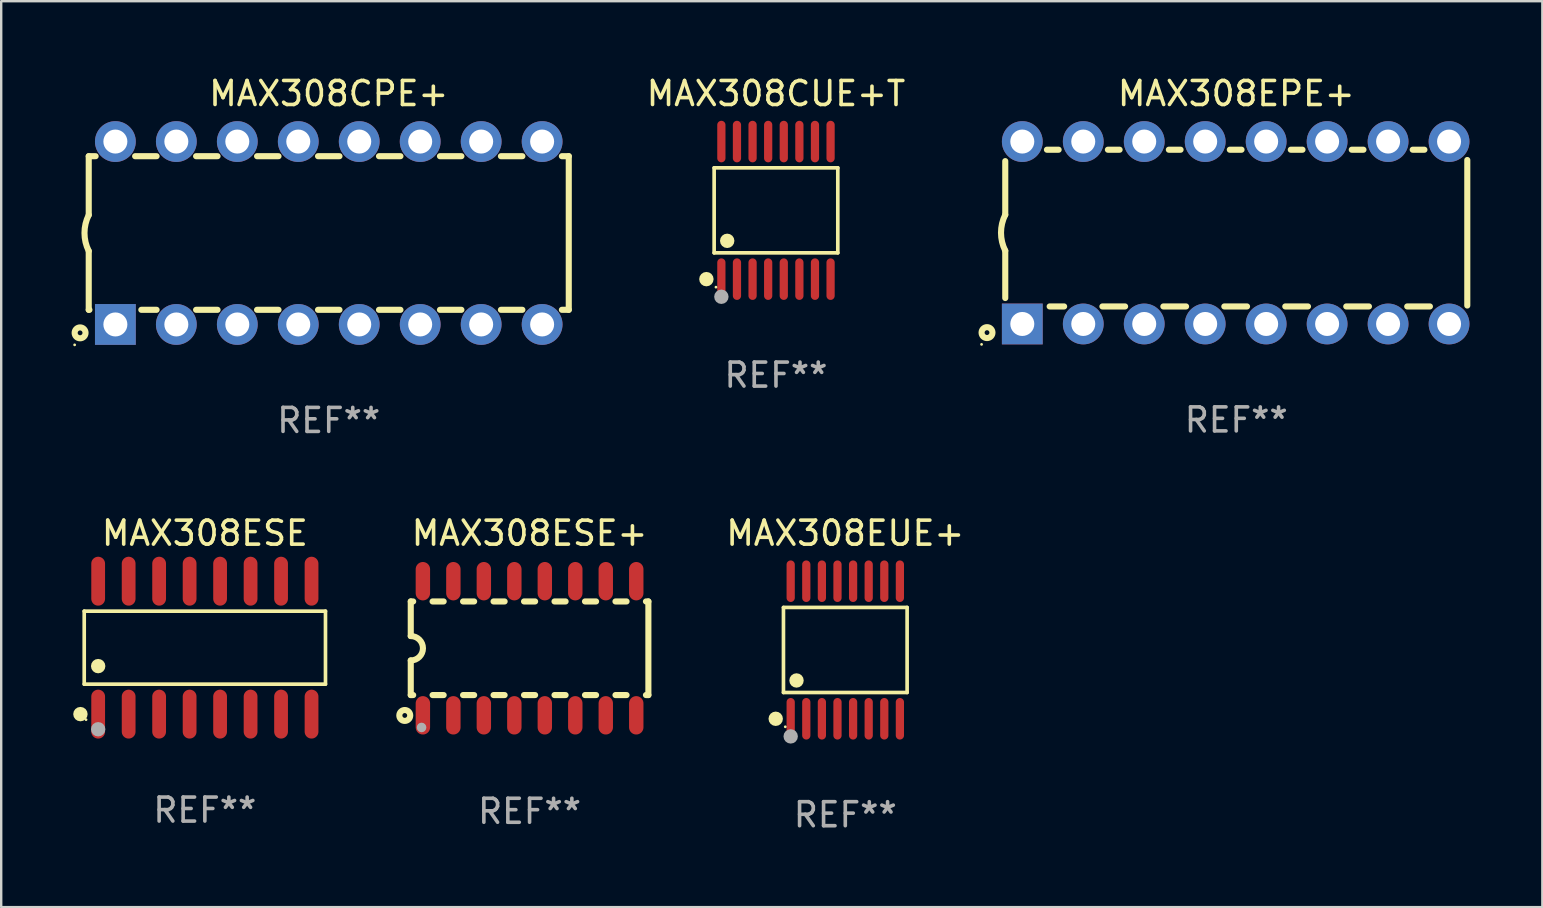
<source format=kicad_pcb>
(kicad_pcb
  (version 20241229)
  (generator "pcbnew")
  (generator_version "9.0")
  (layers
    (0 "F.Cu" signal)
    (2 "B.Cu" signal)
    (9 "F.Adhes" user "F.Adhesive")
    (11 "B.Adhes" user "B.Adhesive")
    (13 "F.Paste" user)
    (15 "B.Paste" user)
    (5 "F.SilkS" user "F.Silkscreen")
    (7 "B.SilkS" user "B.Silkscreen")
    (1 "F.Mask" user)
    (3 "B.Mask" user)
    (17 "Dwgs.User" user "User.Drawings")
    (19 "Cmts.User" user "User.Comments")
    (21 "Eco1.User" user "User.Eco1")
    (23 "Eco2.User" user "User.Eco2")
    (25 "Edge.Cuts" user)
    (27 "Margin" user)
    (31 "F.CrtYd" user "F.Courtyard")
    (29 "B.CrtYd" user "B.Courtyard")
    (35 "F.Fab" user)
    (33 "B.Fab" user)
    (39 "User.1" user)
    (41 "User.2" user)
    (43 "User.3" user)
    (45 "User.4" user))
  (footprint "MAX308CPE+"
    (layer "F.Cu")
    (at 10.647 6.658)
    (property "Reference" "MAX308CPE+" (at 0 -5.81 0) (layer "F.SilkS") (effects (font (size 1 1) (thickness 0.15))))
    (attr through_hole)
    (fp_line (start -10 -3.2) (end -10 -0.75) (stroke (width 0.254) (type solid)) (layer "F.SilkS"))
    (fp_line (start -10 -3.2) (end -9.713 -3.2) (stroke (width 0.254) (type solid)) (layer "F.SilkS"))
    (fp_line (start -10 3.2) (end -10 0.75) (stroke (width 0.254) (type solid)) (layer "F.SilkS"))
    (fp_line (start -10 3.2) (end -9.971 3.2) (stroke (width 0.254) (type solid)) (layer "F.SilkS"))
    (fp_line (start -8.067 -3.2) (end -7.173 -3.2) (stroke (width 0.254) (type solid)) (layer "F.SilkS"))
    (fp_line (start -7.809 3.2) (end -7.173 3.2) (stroke (width 0.254) (type solid)) (layer "F.SilkS"))
    (fp_line (start -5.527 3.2) (end -4.633 3.2) (stroke (width 0.254) (type solid)) (layer "F.SilkS"))
    (fp_line (start -5.527 -3.2) (end -4.633 -3.2) (stroke (width 0.254) (type solid)) (layer "F.SilkS"))
    (fp_line (start -2.987 3.2) (end -2.093 3.2) (stroke (width 0.254) (type solid)) (layer "F.SilkS"))
    (fp_line (start -2.987 -3.2) (end -2.093 -3.2) (stroke (width 0.254) (type solid)) (layer "F.SilkS"))
    (fp_line (start -0.447 3.2) (end 0.447 3.2) (stroke (width 0.254) (type solid)) (layer "F.SilkS"))
    (fp_line (start -0.447 -3.2) (end 0.447 -3.2) (stroke (width 0.254) (type solid)) (layer "F.SilkS"))
    (fp_line (start 2.093 3.2) (end 2.987 3.2) (stroke (width 0.254) (type solid)) (layer "F.SilkS"))
    (fp_line (start 2.093 -3.2) (end 2.987 -3.2) (stroke (width 0.254) (type solid)) (layer "F.SilkS"))
    (fp_line (start 4.633 3.2) (end 5.527 3.2) (stroke (width 0.254) (type solid)) (layer "F.SilkS"))
    (fp_line (start 4.633 -3.2) (end 5.527 -3.2) (stroke (width 0.254) (type solid)) (layer "F.SilkS"))
    (fp_line (start 7.173 3.2) (end 8.067 3.2) (stroke (width 0.254) (type solid)) (layer "F.SilkS"))
    (fp_line (start 7.173 -3.2) (end 8.067 -3.2) (stroke (width 0.254) (type solid)) (layer "F.SilkS"))
    (fp_line (start 9.713 3.2) (end 10 3.2) (stroke (width 0.254) (type solid)) (layer "F.SilkS"))
    (fp_line (start 9.713 -3.2) (end 10 -3.2) (stroke (width 0.254) (type solid)) (layer "F.SilkS"))
    (fp_line (start 10 -3.2) (end 10 3.2) (stroke (width 0.254) (type solid)) (layer "F.SilkS"))
    (fp_arc (start -10 0.748793) (mid -10.176918 -0.000607) (end -10.000025 -0.750013) (stroke (width 0.254001) (type solid)) (layer "F.SilkS"))
    (fp_circle (center -10.587 4.66) (end -10.557 4.66) (stroke (width 0.06) (type solid)) (fill no) (layer "F.SilkS"))
    (fp_circle (center -10.36 4.16) (end -10.26 4.16) (stroke (width 0.254) (type solid)) (fill no) (layer "F.SilkS"))
    (fp_text user "REF**" (at 0 7.81 0) (layer "F.Fab") (effects (font (size 1 1) (thickness 0.15))))
    (pad "1" thru_hole rect (at -8.89 3.81 90) (size 1.7 1.7) (drill 1) (layers "*.Cu" "*.Mask"))
    (pad "2" thru_hole circle (at -6.35 3.81) (size 1.7 1.7) (drill 1) (layers "*.Cu" "*.Mask"))
    (pad "3" thru_hole circle (at -3.81 3.81) (size 1.7 1.7) (drill 1) (layers "*.Cu" "*.Mask"))
    (pad "4" thru_hole circle (at -1.27 3.81) (size 1.7 1.7) (drill 1) (layers "*.Cu" "*.Mask"))
    (pad "5" thru_hole circle (at 1.27 3.81) (size 1.7 1.7) (drill 1) (layers "*.Cu" "*.Mask"))
    (pad "6" thru_hole circle (at 3.81 3.81) (size 1.7 1.7) (drill 1) (layers "*.Cu" "*.Mask"))
    (pad "7" thru_hole circle (at 6.35 3.81) (size 1.7 1.7) (drill 1) (layers "*.Cu" "*.Mask"))
    (pad "8" thru_hole circle (at 8.89 3.81) (size 1.7 1.7) (drill 1) (layers "*.Cu" "*.Mask"))
    (pad "9" thru_hole circle (at 8.89 -3.81) (size 1.7 1.7) (drill 1) (layers "*.Cu" "*.Mask"))
    (pad "10" thru_hole circle (at 6.35 -3.81) (size 1.7 1.7) (drill 1) (layers "*.Cu" "*.Mask"))
    (pad "11" thru_hole circle (at 3.81 -3.81) (size 1.7 1.7) (drill 1) (layers "*.Cu" "*.Mask"))
    (pad "12" thru_hole circle (at 1.27 -3.81) (size 1.7 1.7) (drill 1) (layers "*.Cu" "*.Mask"))
    (pad "13" thru_hole circle (at -1.27 -3.81) (size 1.7 1.7) (drill 1) (layers "*.Cu" "*.Mask"))
    (pad "14" thru_hole circle (at -3.81 -3.81) (size 1.7 1.7) (drill 1) (layers "*.Cu" "*.Mask"))
    (pad "15" thru_hole circle (at -6.35 -3.81) (size 1.7 1.7) (drill 1) (layers "*.Cu" "*.Mask"))
    (pad "16" thru_hole circle (at -8.89 -3.81) (size 1.7 1.7) (drill 1) (layers "*.Cu" "*.Mask")))
  (footprint "MAX308ESE+"
    (layer "F.Cu")
    (at 19.014 23.959)
    (property "Reference" "MAX308ESE+" (at 0 -4.794 0) (layer "F.SilkS") (effects (font (size 1 1) (thickness 0.15))))
    (attr through_hole)
    (fp_line (start -4.95 -1.95) (end -4.95 -0.508) (stroke (width 0.254) (type solid)) (layer "F.SilkS"))
    (fp_line (start -4.95 -1.95) (end -4.849 -1.95) (stroke (width 0.254) (type solid)) (layer "F.SilkS"))
    (fp_line (start -4.95 1.95) (end -4.95 0.508) (stroke (width 0.254) (type solid)) (layer "F.SilkS"))
    (fp_line (start -4.95 1.95) (end -4.849 1.95) (stroke (width 0.254) (type solid)) (layer "F.SilkS"))
    (fp_line (start -4.041 -1.95) (end -3.579 -1.95) (stroke (width 0.254) (type solid)) (layer "F.SilkS"))
    (fp_line (start -4.041 1.95) (end -3.579 1.95) (stroke (width 0.254) (type solid)) (layer "F.SilkS"))
    (fp_line (start -2.771 -1.95) (end -2.309 -1.95) (stroke (width 0.254) (type solid)) (layer "F.SilkS"))
    (fp_line (start -2.771 1.95) (end -2.309 1.95) (stroke (width 0.254) (type solid)) (layer "F.SilkS"))
    (fp_line (start -1.501 -1.95) (end -1.039 -1.95) (stroke (width 0.254) (type solid)) (layer "F.SilkS"))
    (fp_line (start -1.501 1.95) (end -1.039 1.95) (stroke (width 0.254) (type solid)) (layer "F.SilkS"))
    (fp_line (start -0.231 -1.95) (end 0.231 -1.95) (stroke (width 0.254) (type solid)) (layer "F.SilkS"))
    (fp_line (start -0.231 1.95) (end 0.231 1.95) (stroke (width 0.254) (type solid)) (layer "F.SilkS"))
    (fp_line (start 1.039 -1.95) (end 1.501 -1.95) (stroke (width 0.254) (type solid)) (layer "F.SilkS"))
    (fp_line (start 1.039 1.95) (end 1.501 1.95) (stroke (width 0.254) (type solid)) (layer "F.SilkS"))
    (fp_line (start 2.309 -1.95) (end 2.771 -1.95) (stroke (width 0.254) (type solid)) (layer "F.SilkS"))
    (fp_line (start 2.309 1.95) (end 2.771 1.95) (stroke (width 0.254) (type solid)) (layer "F.SilkS"))
    (fp_line (start 3.579 -1.95) (end 4.041 -1.95) (stroke (width 0.254) (type solid)) (layer "F.SilkS"))
    (fp_line (start 3.579 1.95) (end 4.041 1.95) (stroke (width 0.254) (type solid)) (layer "F.SilkS"))
    (fp_line (start 4.849 -1.95) (end 4.95 -1.95) (stroke (width 0.254) (type solid)) (layer "F.SilkS"))
    (fp_line (start 4.849 1.95) (end 4.95 1.95) (stroke (width 0.254) (type solid)) (layer "F.SilkS"))
    (fp_line (start 4.95 -1.95) (end 4.95 1.95) (stroke (width 0.254) (type solid)) (layer "F.SilkS"))
    (fp_arc (start -4.95047 -0.508001) (mid -4.442469 -0.000228) (end -4.950013 0.508001) (stroke (width 0.254001) (type solid)) (layer "F.SilkS"))
    (fp_circle (center -5.2 2.8) (end -5.1 2.8) (stroke (width 0.254) (type solid)) (fill no) (layer "F.SilkS"))
    (fp_circle (center -4.95 2.947) (end -4.92 2.947) (stroke (width 0.06) (type solid)) (fill no) (layer "F.SilkS"))
    (fp_circle (center -4.5 3.3) (end -4.4 3.3) (stroke (width 0.2) (type solid)) (fill no) (layer "F.Fab"))
    (fp_text user "REF**" (at 0 6.794 0) (layer "F.Fab") (effects (font (size 1 1) (thickness 0.15))))
    (pad "1" smd oval (at -4.445 2.794) (size 0.6 1.6) (layers "F.Cu" "F.Mask" "F.Paste"))
    (pad "2" smd oval (at -3.175 2.794) (size 0.6 1.6) (layers "F.Cu" "F.Mask" "F.Paste"))
    (pad "3" smd oval (at -1.905 2.794) (size 0.6 1.6) (layers "F.Cu" "F.Mask" "F.Paste"))
    (pad "4" smd oval (at -0.635 2.794) (size 0.6 1.6) (layers "F.Cu" "F.Mask" "F.Paste"))
    (pad "5" smd oval (at 0.635 2.794) (size 0.6 1.6) (layers "F.Cu" "F.Mask" "F.Paste"))
    (pad "6" smd oval (at 1.905 2.794) (size 0.6 1.6) (layers "F.Cu" "F.Mask" "F.Paste"))
    (pad "7" smd oval (at 3.175 2.794) (size 0.6 1.6) (layers "F.Cu" "F.Mask" "F.Paste"))
    (pad "8" smd oval (at 4.445 2.794) (size 0.6 1.6) (layers "F.Cu" "F.Mask" "F.Paste"))
    (pad "9" smd oval (at 4.445 -2.794) (size 0.6 1.6) (layers "F.Cu" "F.Mask" "F.Paste"))
    (pad "10" smd oval (at 3.175 -2.794) (size 0.6 1.6) (layers "F.Cu" "F.Mask" "F.Paste"))
    (pad "11" smd oval (at 1.905 -2.794) (size 0.6 1.6) (layers "F.Cu" "F.Mask" "F.Paste"))
    (pad "12" smd oval (at 0.635 -2.794) (size 0.6 1.6) (layers "F.Cu" "F.Mask" "F.Paste"))
    (pad "13" smd oval (at -0.635 -2.794) (size 0.6 1.6) (layers "F.Cu" "F.Mask" "F.Paste"))
    (pad "14" smd oval (at -1.905 -2.794) (size 0.6 1.6) (layers "F.Cu" "F.Mask" "F.Paste"))
    (pad "15" smd oval (at -3.175 -2.794) (size 0.6 1.6) (layers "F.Cu" "F.Mask" "F.Paste"))
    (pad "16" smd oval (at -4.445 -2.794) (size 0.6 1.6) (layers "F.Cu" "F.Mask" "F.Paste")))
  (footprint "MAX308EUE+"
    (layer "F.Cu")
    (at 32.168 24.031)
    (property "Reference" "MAX308EUE+" (at 0 -4.866 0) (layer "F.SilkS") (effects (font (size 1 1) (thickness 0.15))))
    (attr through_hole)
    (fp_line (start -2.576 -1.772) (end 2.576 -1.772) (stroke (width 0.152) (type solid)) (layer "F.SilkS"))
    (fp_line (start -2.576 1.771) (end -2.576 -1.772) (stroke (width 0.152) (type solid)) (layer "F.SilkS"))
    (fp_line (start 2.576 -1.772) (end 2.576 1.771) (stroke (width 0.152) (type solid)) (layer "F.SilkS"))
    (fp_line (start 2.576 1.771) (end -2.576 1.771) (stroke (width 0.152) (type solid)) (layer "F.SilkS"))
    (fp_circle (center -2.899 2.866) (end -2.749 2.866) (stroke (width 0.3) (type solid)) (fill no) (layer "F.SilkS"))
    (fp_circle (center -2.5 3.2) (end -2.47 3.2) (stroke (width 0.06) (type solid)) (fill no) (layer "F.SilkS"))
    (fp_circle (center -2.032 1.27) (end -1.882 1.27) (stroke (width 0.3) (type solid)) (fill no) (layer "F.SilkS"))
    (fp_circle (center -2.275 3.6) (end -2.125 3.6) (stroke (width 0.3) (type solid)) (fill no) (layer "F.Fab"))
    (fp_text user "REF**" (at 0 6.866 0) (layer "F.Fab") (effects (font (size 1 1) (thickness 0.15))))
    (pad "1" smd oval (at -2.275 2.866) (size 0.343 1.731) (layers "F.Cu" "F.Mask" "F.Paste"))
    (pad "2" smd oval (at -1.625 2.866) (size 0.343 1.731) (layers "F.Cu" "F.Mask" "F.Paste"))
    (pad "3" smd oval (at -0.975 2.866) (size 0.343 1.731) (layers "F.Cu" "F.Mask" "F.Paste"))
    (pad "4" smd oval (at -0.325 2.866) (size 0.343 1.731) (layers "F.Cu" "F.Mask" "F.Paste"))
    (pad "5" smd oval (at 0.325 2.866) (size 0.343 1.731) (layers "F.Cu" "F.Mask" "F.Paste"))
    (pad "6" smd oval (at 0.975 2.866) (size 0.343 1.731) (layers "F.Cu" "F.Mask" "F.Paste"))
    (pad "7" smd oval (at 1.625 2.866) (size 0.343 1.731) (layers "F.Cu" "F.Mask" "F.Paste"))
    (pad "8" smd oval (at 2.275 2.866) (size 0.343 1.731) (layers "F.Cu" "F.Mask" "F.Paste"))
    (pad "9" smd oval (at 2.275 -2.866) (size 0.343 1.731) (layers "F.Cu" "F.Mask" "F.Paste"))
    (pad "10" smd oval (at 1.625 -2.866) (size 0.343 1.731) (layers "F.Cu" "F.Mask" "F.Paste"))
    (pad "11" smd oval (at 0.975 -2.866) (size 0.343 1.731) (layers "F.Cu" "F.Mask" "F.Paste"))
    (pad "12" smd oval (at 0.325 -2.866) (size 0.343 1.731) (layers "F.Cu" "F.Mask" "F.Paste"))
    (pad "13" smd oval (at -0.325 -2.866) (size 0.343 1.731) (layers "F.Cu" "F.Mask" "F.Paste"))
    (pad "14" smd oval (at -0.975 -2.866) (size 0.343 1.731) (layers "F.Cu" "F.Mask" "F.Paste"))
    (pad "15" smd oval (at -1.625 -2.866) (size 0.343 1.731) (layers "F.Cu" "F.Mask" "F.Paste"))
    (pad "16" smd oval (at -2.275 -2.866) (size 0.343 1.731) (layers "F.Cu" "F.Mask" "F.Paste")))
  (footprint "MAX308EPE+"
    (layer "F.Cu")
    (at 48.458 6.648)
    (property "Reference" "MAX308EPE+" (at 0 -5.8 0) (layer "F.SilkS") (effects (font (size 1 1) (thickness 0.15))))
    (attr through_hole)
    (fp_line (start -9.625 -0.75) (end -9.625 -2.985) (stroke (width 0.254) (type solid)) (layer "F.SilkS"))
    (fp_line (start -9.625 0.749) (end -9.625 2.719) (stroke (width 0.254) (type solid)) (layer "F.SilkS"))
    (fp_line (start -7.889 -3.46) (end -7.401 -3.46) (stroke (width 0.254) (type solid)) (layer "F.SilkS"))
    (fp_line (start -7.775 3.07) (end -7.172 3.07) (stroke (width 0.254) (type solid)) (layer "F.SilkS"))
    (fp_line (start -5.578 3.07) (end -4.632 3.07) (stroke (width 0.254) (type solid)) (layer "F.SilkS"))
    (fp_line (start -5.349 -3.46) (end -4.861 -3.46) (stroke (width 0.254) (type solid)) (layer "F.SilkS"))
    (fp_line (start -3.038 3.07) (end -2.092 3.07) (stroke (width 0.254) (type solid)) (layer "F.SilkS"))
    (fp_line (start -2.809 -3.46) (end -2.321 -3.46) (stroke (width 0.254) (type solid)) (layer "F.SilkS"))
    (fp_line (start -0.498 3.07) (end 0.448 3.07) (stroke (width 0.254) (type solid)) (layer "F.SilkS"))
    (fp_line (start -0.269 -3.46) (end 0.219 -3.46) (stroke (width 0.254) (type solid)) (layer "F.SilkS"))
    (fp_line (start 2.042 3.07) (end 2.988 3.07) (stroke (width 0.254) (type solid)) (layer "F.SilkS"))
    (fp_line (start 2.271 -3.46) (end 2.759 -3.46) (stroke (width 0.254) (type solid)) (layer "F.SilkS"))
    (fp_line (start 4.582 3.07) (end 5.528 3.07) (stroke (width 0.254) (type solid)) (layer "F.SilkS"))
    (fp_line (start 4.811 -3.46) (end 5.299 -3.46) (stroke (width 0.254) (type solid)) (layer "F.SilkS"))
    (fp_line (start 7.122 3.07) (end 8.068 3.07) (stroke (width 0.254) (type solid)) (layer "F.SilkS"))
    (fp_line (start 7.351 -3.46) (end 7.839 -3.46) (stroke (width 0.254) (type solid)) (layer "F.SilkS"))
    (fp_line (start 9.625 3.032) (end 9.625 -3.032) (stroke (width 0.254) (type solid)) (layer "F.SilkS"))
    (fp_arc (start -9.62498 0.748819) (mid -9.801899 -0.000581) (end -9.625006 -0.749987) (stroke (width 0.254001) (type solid)) (layer "F.SilkS"))
    (fp_circle (center -10.612 4.65) (end -10.582 4.65) (stroke (width 0.06) (type solid)) (fill no) (layer "F.SilkS"))
    (fp_circle (center -10.385 4.16) (end -10.285 4.16) (stroke (width 0.254) (type solid)) (fill no) (layer "F.SilkS"))
    (fp_text user "REF**" (at 0 7.8 0) (layer "F.Fab") (effects (font (size 1 1) (thickness 0.15))))
    (pad "1" thru_hole rect (at -8.915 3.8 90) (size 1.7 1.7) (drill 1) (layers "*.Cu" "*.Mask"))
    (pad "2" thru_hole circle (at -6.375 3.8) (size 1.7 1.7) (drill 1) (layers "*.Cu" "*.Mask"))
    (pad "3" thru_hole circle (at -3.835 3.8) (size 1.7 1.7) (drill 1) (layers "*.Cu" "*.Mask"))
    (pad "4" thru_hole circle (at -1.295 3.8) (size 1.7 1.7) (drill 1) (layers "*.Cu" "*.Mask"))
    (pad "5" thru_hole circle (at 1.245 3.8) (size 1.7 1.7) (drill 1) (layers "*.Cu" "*.Mask"))
    (pad "6" thru_hole circle (at 3.785 3.8) (size 1.7 1.7) (drill 1) (layers "*.Cu" "*.Mask"))
    (pad "7" thru_hole circle (at 6.325 3.8) (size 1.7 1.7) (drill 1) (layers "*.Cu" "*.Mask"))
    (pad "8" thru_hole circle (at 8.865 3.8) (size 1.7 1.7) (drill 1) (layers "*.Cu" "*.Mask"))
    (pad "9" thru_hole circle (at 8.865 -3.8) (size 1.7 1.7) (drill 1) (layers "*.Cu" "*.Mask"))
    (pad "10" thru_hole circle (at 6.325 -3.8) (size 1.7 1.7) (drill 1) (layers "*.Cu" "*.Mask"))
    (pad "11" thru_hole circle (at 3.785 -3.8) (size 1.7 1.7) (drill 1) (layers "*.Cu" "*.Mask"))
    (pad "12" thru_hole circle (at 1.245 -3.8) (size 1.7 1.7) (drill 1) (layers "*.Cu" "*.Mask"))
    (pad "13" thru_hole circle (at -1.295 -3.8) (size 1.7 1.7) (drill 1) (layers "*.Cu" "*.Mask"))
    (pad "14" thru_hole circle (at -3.835 -3.8) (size 1.7 1.7) (drill 1) (layers "*.Cu" "*.Mask"))
    (pad "15" thru_hole circle (at -6.375 -3.8) (size 1.7 1.7) (drill 1) (layers "*.Cu" "*.Mask"))
    (pad "16" thru_hole circle (at -8.915 -3.8) (size 1.7 1.7) (drill 1) (layers "*.Cu" "*.Mask")))
  (footprint "MAX308ESE"
    (layer "F.Cu")
    (at 5.485 23.934)
    (property "Reference" "MAX308ESE" (at 0 -4.769 0) (layer "F.SilkS") (effects (font (size 1 1) (thickness 0.15))))
    (attr through_hole)
    (fp_line (start -5.026 -1.521) (end 5.026 -1.521) (stroke (width 0.152) (type solid)) (layer "F.SilkS"))
    (fp_line (start -5.026 1.521) (end -5.026 -1.521) (stroke (width 0.152) (type solid)) (layer "F.SilkS"))
    (fp_line (start 5.026 -1.521) (end 5.026 1.521) (stroke (width 0.152) (type solid)) (layer "F.SilkS"))
    (fp_line (start 5.026 1.521) (end -5.026 1.521) (stroke (width 0.152) (type solid)) (layer "F.SilkS"))
    (fp_circle (center -5.184 2.769) (end -5.034 2.769) (stroke (width 0.3) (type solid)) (fill no) (layer "F.SilkS"))
    (fp_circle (center -4.95 3) (end -4.92 3) (stroke (width 0.06) (type solid)) (fill no) (layer "F.SilkS"))
    (fp_circle (center -4.445 0.769) (end -4.295 0.769) (stroke (width 0.3) (type solid)) (fill no) (layer "F.SilkS"))
    (fp_circle (center -4.445 3.4) (end -4.295 3.4) (stroke (width 0.3) (type solid)) (fill no) (layer "F.Fab"))
    (fp_text user "REF**" (at 0 6.769 0) (layer "F.Fab") (effects (font (size 1 1) (thickness 0.15))))
    (pad "1" smd oval (at -4.445 2.769) (size 0.574 2.038) (layers "F.Cu" "F.Mask" "F.Paste"))
    (pad "2" smd oval (at -3.175 2.769) (size 0.574 2.038) (layers "F.Cu" "F.Mask" "F.Paste"))
    (pad "3" smd oval (at -1.905 2.769) (size 0.574 2.038) (layers "F.Cu" "F.Mask" "F.Paste"))
    (pad "4" smd oval (at -0.635 2.769) (size 0.574 2.038) (layers "F.Cu" "F.Mask" "F.Paste"))
    (pad "5" smd oval (at 0.635 2.769) (size 0.574 2.038) (layers "F.Cu" "F.Mask" "F.Paste"))
    (pad "6" smd oval (at 1.905 2.769) (size 0.574 2.038) (layers "F.Cu" "F.Mask" "F.Paste"))
    (pad "7" smd oval (at 3.175 2.769) (size 0.574 2.038) (layers "F.Cu" "F.Mask" "F.Paste"))
    (pad "8" smd oval (at 4.445 2.769) (size 0.574 2.038) (layers "F.Cu" "F.Mask" "F.Paste"))
    (pad "9" smd oval (at 4.445 -2.769) (size 0.574 2.038) (layers "F.Cu" "F.Mask" "F.Paste"))
    (pad "10" smd oval (at 3.175 -2.769) (size 0.574 2.038) (layers "F.Cu" "F.Mask" "F.Paste"))
    (pad "11" smd oval (at 1.905 -2.769) (size 0.574 2.038) (layers "F.Cu" "F.Mask" "F.Paste"))
    (pad "12" smd oval (at 0.635 -2.769) (size 0.574 2.038) (layers "F.Cu" "F.Mask" "F.Paste"))
    (pad "13" smd oval (at -0.635 -2.769) (size 0.574 2.038) (layers "F.Cu" "F.Mask" "F.Paste"))
    (pad "14" smd oval (at -1.905 -2.769) (size 0.574 2.038) (layers "F.Cu" "F.Mask" "F.Paste"))
    (pad "15" smd oval (at -3.175 -2.769) (size 0.574 2.038) (layers "F.Cu" "F.Mask" "F.Paste"))
    (pad "16" smd oval (at -4.445 -2.769) (size 0.574 2.038) (layers "F.Cu" "F.Mask" "F.Paste")))
  (footprint "MAX308CUE+T"
    (layer "F.Cu")
    (at 29.28 5.714)
    (property "Reference" "MAX308CUE+T" (at 0 -4.866 0) (layer "F.SilkS") (effects (font (size 1 1) (thickness 0.15))))
    (attr through_hole)
    (fp_line (start -2.576 -1.772) (end 2.576 -1.772) (stroke (width 0.152) (type solid)) (layer "F.SilkS"))
    (fp_line (start -2.576 1.771) (end -2.576 -1.772) (stroke (width 0.152) (type solid)) (layer "F.SilkS"))
    (fp_line (start 2.576 -1.772) (end 2.576 1.771) (stroke (width 0.152) (type solid)) (layer "F.SilkS"))
    (fp_line (start 2.576 1.771) (end -2.576 1.771) (stroke (width 0.152) (type solid)) (layer "F.SilkS"))
    (fp_circle (center -2.899 2.866) (end -2.749 2.866) (stroke (width 0.3) (type solid)) (fill no) (layer "F.SilkS"))
    (fp_circle (center -2.5 3.2) (end -2.47 3.2) (stroke (width 0.06) (type solid)) (fill no) (layer "F.SilkS"))
    (fp_circle (center -2.032 1.27) (end -1.882 1.27) (stroke (width 0.3) (type solid)) (fill no) (layer "F.SilkS"))
    (fp_circle (center -2.275 3.6) (end -2.125 3.6) (stroke (width 0.3) (type solid)) (fill no) (layer "F.Fab"))
    (fp_text user "REF**" (at 0 6.866 0) (layer "F.Fab") (effects (font (size 1 1) (thickness 0.15))))
    (pad "1" smd oval (at -2.275 2.866) (size 0.343 1.731) (layers "F.Cu" "F.Mask" "F.Paste"))
    (pad "2" smd oval (at -1.625 2.866) (size 0.343 1.731) (layers "F.Cu" "F.Mask" "F.Paste"))
    (pad "3" smd oval (at -0.975 2.866) (size 0.343 1.731) (layers "F.Cu" "F.Mask" "F.Paste"))
    (pad "4" smd oval (at -0.325 2.866) (size 0.343 1.731) (layers "F.Cu" "F.Mask" "F.Paste"))
    (pad "5" smd oval (at 0.325 2.866) (size 0.343 1.731) (layers "F.Cu" "F.Mask" "F.Paste"))
    (pad "6" smd oval (at 0.975 2.866) (size 0.343 1.731) (layers "F.Cu" "F.Mask" "F.Paste"))
    (pad "7" smd oval (at 1.625 2.866) (size 0.343 1.731) (layers "F.Cu" "F.Mask" "F.Paste"))
    (pad "8" smd oval (at 2.275 2.866) (size 0.343 1.731) (layers "F.Cu" "F.Mask" "F.Paste"))
    (pad "9" smd oval (at 2.275 -2.866) (size 0.343 1.731) (layers "F.Cu" "F.Mask" "F.Paste"))
    (pad "10" smd oval (at 1.625 -2.866) (size 0.343 1.731) (layers "F.Cu" "F.Mask" "F.Paste"))
    (pad "11" smd oval (at 0.975 -2.866) (size 0.343 1.731) (layers "F.Cu" "F.Mask" "F.Paste"))
    (pad "12" smd oval (at 0.325 -2.866) (size 0.343 1.731) (layers "F.Cu" "F.Mask" "F.Paste"))
    (pad "13" smd oval (at -0.325 -2.866) (size 0.343 1.731) (layers "F.Cu" "F.Mask" "F.Paste"))
    (pad "14" smd oval (at -0.975 -2.866) (size 0.343 1.731) (layers "F.Cu" "F.Mask" "F.Paste"))
    (pad "15" smd oval (at -1.625 -2.866) (size 0.343 1.731) (layers "F.Cu" "F.Mask" "F.Paste"))
    (pad "16" smd oval (at -2.275 -2.866) (size 0.343 1.731) (layers "F.Cu" "F.Mask" "F.Paste")))
  (gr_rect
    (start -3 -3)
    (end 61.21 34.745)
    (stroke (width 0.1) (type default))
    (fill no)
    (layer "Edge.Cuts")))
</source>
